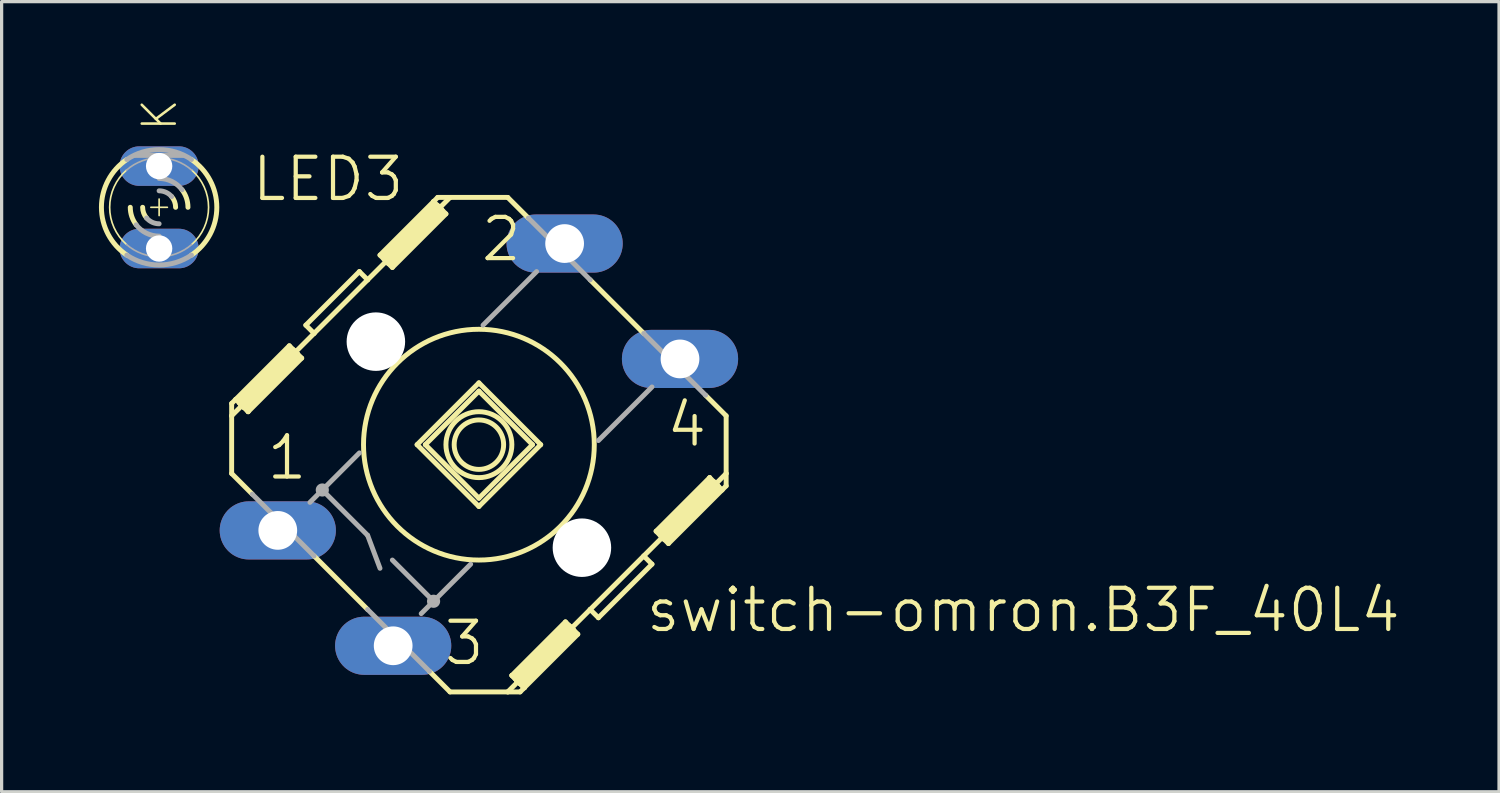
<source format=kicad_pcb>
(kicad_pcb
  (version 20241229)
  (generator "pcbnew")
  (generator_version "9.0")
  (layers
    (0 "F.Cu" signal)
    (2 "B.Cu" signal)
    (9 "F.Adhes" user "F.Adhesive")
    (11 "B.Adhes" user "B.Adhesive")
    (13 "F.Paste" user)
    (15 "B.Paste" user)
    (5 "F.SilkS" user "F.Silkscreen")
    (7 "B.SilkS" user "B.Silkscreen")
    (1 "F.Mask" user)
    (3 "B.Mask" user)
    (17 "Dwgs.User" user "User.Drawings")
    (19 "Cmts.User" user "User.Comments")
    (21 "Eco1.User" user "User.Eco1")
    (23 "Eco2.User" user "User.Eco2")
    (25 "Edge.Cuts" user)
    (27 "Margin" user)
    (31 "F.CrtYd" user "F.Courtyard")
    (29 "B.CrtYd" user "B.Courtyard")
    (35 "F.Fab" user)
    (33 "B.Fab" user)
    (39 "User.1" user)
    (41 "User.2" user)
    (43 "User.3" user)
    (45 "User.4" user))
  (footprint "switch-omron.B3F_40L4"
    (layer "F.Cu")
    (at 11.709 10.654)
    (property "Reference" "switch-omron.B3F_40L4" (at 5.08 5.842 0) (layer "F.SilkS") (effects (font (size 1.27 1.27) (thickness 0.13)) (justify left bottom)))
    (attr through_hole)
    (fp_line (start -10.109 -7.315) (end -9.601 -7.315) (stroke (width 0.051) (type default)) (layer "F.SilkS"))
    (fp_line (start -9.855 -7.061) (end -9.855 -7.569) (stroke (width 0.051) (type default)) (layer "F.SilkS"))
    (fp_line (start -7.62 -1.27) (end -7.62 -0.889) (stroke (width 0.152) (type default)) (layer "F.SilkS"))
    (fp_line (start -7.62 -0.889) (end -7.62 0.889) (stroke (width 0.152) (type default)) (layer "F.SilkS"))
    (fp_line (start -7.62 -0.889) (end -5.08 -3.429) (stroke (width 0.152) (type default)) (layer "F.SilkS"))
    (fp_line (start -7.62 0.889) (end -6.985 1.524) (stroke (width 0.152) (type default)) (layer "F.SilkS"))
    (fp_line (start -7.493 -1.397) (end -7.62 -1.27) (stroke (width 0.152) (type default)) (layer "F.SilkS"))
    (fp_line (start -7.493 -1.397) (end -7.366 -1.27) (stroke (width 0.152) (type default)) (layer "F.SilkS"))
    (fp_line (start -7.366 -1.397) (end -5.842 -2.921) (stroke (width 0.152) (type default)) (layer "F.SilkS"))
    (fp_line (start -7.366 -1.27) (end -7.366 -1.397) (stroke (width 0.152) (type default)) (layer "F.SilkS"))
    (fp_line (start -7.366 -1.27) (end -7.239 -1.143) (stroke (width 0.152) (type default)) (layer "F.SilkS"))
    (fp_line (start -7.366 -1.27) (end -5.715 -2.921) (stroke (width 0.152) (type default)) (layer "F.SilkS"))
    (fp_line (start -7.239 -1.143) (end -7.112 -1.016) (stroke (width 0.152) (type default)) (layer "F.SilkS"))
    (fp_line (start -7.112 -1.016) (end -7.112 -1.143) (stroke (width 0.152) (type default)) (layer "F.SilkS"))
    (fp_line (start -7.112 -1.016) (end -5.461 -2.667) (stroke (width 0.152) (type default)) (layer "F.SilkS"))
    (fp_line (start -5.842 -3.048) (end -7.493 -1.397) (stroke (width 0.152) (type default)) (layer "F.SilkS"))
    (fp_line (start -5.715 -2.921) (end -5.842 -3.048) (stroke (width 0.152) (type default)) (layer "F.SilkS"))
    (fp_line (start -5.588 -2.794) (end -7.239 -1.143) (stroke (width 0.152) (type default)) (layer "F.SilkS"))
    (fp_line (start -5.588 -2.794) (end -5.715 -2.921) (stroke (width 0.152) (type default)) (layer "F.SilkS"))
    (fp_line (start -5.588 -2.667) (end -7.112 -1.143) (stroke (width 0.152) (type default)) (layer "F.SilkS"))
    (fp_line (start -5.461 -2.667) (end -5.588 -2.794) (stroke (width 0.152) (type default)) (layer "F.SilkS"))
    (fp_line (start -5.08 -3.429) (end -5.334 -3.683) (stroke (width 0.152) (type default)) (layer "F.SilkS"))
    (fp_line (start -5.08 -3.429) (end -3.429 -5.08) (stroke (width 0.152) (type default)) (layer "F.SilkS"))
    (fp_line (start -5.08 3.429) (end -3.429 5.08) (stroke (width 0.152) (type default)) (layer "F.SilkS"))
    (fp_line (start -3.683 -5.334) (end -5.334 -3.683) (stroke (width 0.152) (type default)) (layer "F.SilkS"))
    (fp_line (start -3.683 -5.334) (end -3.429 -5.08) (stroke (width 0.152) (type default)) (layer "F.SilkS"))
    (fp_line (start -3.429 -5.08) (end -0.889 -7.62) (stroke (width 0.152) (type default)) (layer "F.SilkS"))
    (fp_line (start -3.048 -5.842) (end -2.921 -5.715) (stroke (width 0.152) (type default)) (layer "F.SilkS"))
    (fp_line (start -2.921 -5.842) (end -1.397 -7.366) (stroke (width 0.152) (type default)) (layer "F.SilkS"))
    (fp_line (start -2.921 -5.715) (end -2.794 -5.588) (stroke (width 0.152) (type default)) (layer "F.SilkS"))
    (fp_line (start -2.921 -5.715) (end -1.27 -7.366) (stroke (width 0.152) (type default)) (layer "F.SilkS"))
    (fp_line (start -2.794 -5.588) (end -2.667 -5.461) (stroke (width 0.152) (type default)) (layer "F.SilkS"))
    (fp_line (start -2.667 -5.461) (end -1.016 -7.112) (stroke (width 0.152) (type default)) (layer "F.SilkS"))
    (fp_line (start -1.524 6.985) (end -0.889 7.62) (stroke (width 0.152) (type default)) (layer "F.SilkS"))
    (fp_line (start -1.397 -7.493) (end -3.048 -5.842) (stroke (width 0.152) (type default)) (layer "F.SilkS"))
    (fp_line (start -1.397 -7.493) (end -1.397 -7.366) (stroke (width 0.152) (type default)) (layer "F.SilkS"))
    (fp_line (start -1.27 -7.62) (end -1.397 -7.493) (stroke (width 0.152) (type default)) (layer "F.SilkS"))
    (fp_line (start -1.27 -7.62) (end -0.889 -7.62) (stroke (width 0.152) (type default)) (layer "F.SilkS"))
    (fp_line (start -1.27 -7.366) (end -1.397 -7.493) (stroke (width 0.152) (type default)) (layer "F.SilkS"))
    (fp_line (start -1.143 -7.239) (end -2.794 -5.588) (stroke (width 0.152) (type default)) (layer "F.SilkS"))
    (fp_line (start -1.143 -7.239) (end -1.27 -7.366) (stroke (width 0.152) (type default)) (layer "F.SilkS"))
    (fp_line (start -1.143 -7.239) (end -1.143 -7.112) (stroke (width 0.152) (type default)) (layer "F.SilkS"))
    (fp_line (start -1.143 -7.112) (end -2.667 -5.588) (stroke (width 0.152) (type default)) (layer "F.SilkS"))
    (fp_line (start -1.016 -7.112) (end -1.143 -7.239) (stroke (width 0.152) (type default)) (layer "F.SilkS"))
    (fp_line (start -0.889 -7.62) (end 0.889 -7.62) (stroke (width 0.152) (type default)) (layer "F.SilkS"))
    (fp_line (start -0.889 7.62) (end 0.889 7.62) (stroke (width 0.152) (type default)) (layer "F.SilkS"))
    (fp_line (start 0 -1.905) (end -1.905 0) (stroke (width 0.152) (type default)) (layer "F.SilkS"))
    (fp_line (start 0 -1.905) (end 1.905 0) (stroke (width 0.152) (type default)) (layer "F.SilkS"))
    (fp_line (start 0 -1.651) (end -1.651 0) (stroke (width 0.152) (type default)) (layer "F.SilkS"))
    (fp_line (start 0 -1.651) (end 1.651 0) (stroke (width 0.152) (type default)) (layer "F.SilkS"))
    (fp_line (start 0 1.651) (end -1.651 0) (stroke (width 0.152) (type default)) (layer "F.SilkS"))
    (fp_line (start 0 1.651) (end 1.651 0) (stroke (width 0.152) (type default)) (layer "F.SilkS"))
    (fp_line (start 0 1.905) (end -1.905 0) (stroke (width 0.152) (type default)) (layer "F.SilkS"))
    (fp_line (start 0 1.905) (end 1.905 0) (stroke (width 0.152) (type default)) (layer "F.SilkS"))
    (fp_line (start 0.889 -7.62) (end 1.524 -6.985) (stroke (width 0.152) (type default)) (layer "F.SilkS"))
    (fp_line (start 0.889 7.62) (end 3.429 5.08) (stroke (width 0.152) (type default)) (layer "F.SilkS"))
    (fp_line (start 1.016 7.112) (end 1.143 7.239) (stroke (width 0.152) (type default)) (layer "F.SilkS"))
    (fp_line (start 1.143 7.112) (end 2.667 5.588) (stroke (width 0.152) (type default)) (layer "F.SilkS"))
    (fp_line (start 1.143 7.239) (end 1.143 7.112) (stroke (width 0.152) (type default)) (layer "F.SilkS"))
    (fp_line (start 1.143 7.239) (end 1.27 7.366) (stroke (width 0.152) (type default)) (layer "F.SilkS"))
    (fp_line (start 1.143 7.239) (end 2.794 5.588) (stroke (width 0.152) (type default)) (layer "F.SilkS"))
    (fp_line (start 1.27 7.366) (end 1.397 7.493) (stroke (width 0.152) (type default)) (layer "F.SilkS"))
    (fp_line (start 1.27 7.62) (end 0.889 7.62) (stroke (width 0.152) (type default)) (layer "F.SilkS"))
    (fp_line (start 1.27 7.62) (end 1.397 7.493) (stroke (width 0.152) (type default)) (layer "F.SilkS"))
    (fp_line (start 1.397 7.493) (end 1.016 7.112) (stroke (width 0.152) (type default)) (layer "F.SilkS"))
    (fp_line (start 1.397 7.493) (end 1.397 7.366) (stroke (width 0.152) (type default)) (layer "F.SilkS"))
    (fp_line (start 1.397 7.493) (end 3.048 5.842) (stroke (width 0.152) (type default)) (layer "F.SilkS"))
    (fp_line (start 2.667 5.461) (end 1.016 7.112) (stroke (width 0.152) (type default)) (layer "F.SilkS"))
    (fp_line (start 2.794 5.588) (end 2.667 5.461) (stroke (width 0.152) (type default)) (layer "F.SilkS"))
    (fp_line (start 2.921 5.715) (end 1.27 7.366) (stroke (width 0.152) (type default)) (layer "F.SilkS"))
    (fp_line (start 2.921 5.715) (end 2.794 5.588) (stroke (width 0.152) (type default)) (layer "F.SilkS"))
    (fp_line (start 2.921 5.842) (end 1.397 7.366) (stroke (width 0.152) (type default)) (layer "F.SilkS"))
    (fp_line (start 3.048 5.842) (end 2.921 5.715) (stroke (width 0.152) (type default)) (layer "F.SilkS"))
    (fp_line (start 3.429 -5.08) (end 5.08 -3.429) (stroke (width 0.152) (type default)) (layer "F.SilkS"))
    (fp_line (start 3.429 5.08) (end 7.62 0.889) (stroke (width 0.152) (type default)) (layer "F.SilkS"))
    (fp_line (start 3.683 5.334) (end 3.429 5.08) (stroke (width 0.152) (type default)) (layer "F.SilkS"))
    (fp_line (start 5.08 3.429) (end 5.334 3.683) (stroke (width 0.152) (type default)) (layer "F.SilkS"))
    (fp_line (start 5.334 3.683) (end 3.683 5.334) (stroke (width 0.152) (type default)) (layer "F.SilkS"))
    (fp_line (start 5.461 2.667) (end 5.588 2.794) (stroke (width 0.152) (type default)) (layer "F.SilkS"))
    (fp_line (start 5.588 2.667) (end 7.112 1.143) (stroke (width 0.152) (type default)) (layer "F.SilkS"))
    (fp_line (start 5.588 2.794) (end 5.715 2.921) (stroke (width 0.152) (type default)) (layer "F.SilkS"))
    (fp_line (start 5.588 2.794) (end 7.239 1.143) (stroke (width 0.152) (type default)) (layer "F.SilkS"))
    (fp_line (start 5.715 2.921) (end 5.842 3.048) (stroke (width 0.152) (type default)) (layer "F.SilkS"))
    (fp_line (start 5.842 3.048) (end 7.493 1.397) (stroke (width 0.152) (type default)) (layer "F.SilkS"))
    (fp_line (start 6.985 -1.524) (end 7.62 -0.889) (stroke (width 0.152) (type default)) (layer "F.SilkS"))
    (fp_line (start 7.112 1.016) (end 5.461 2.667) (stroke (width 0.152) (type default)) (layer "F.SilkS"))
    (fp_line (start 7.112 1.016) (end 7.112 1.143) (stroke (width 0.152) (type default)) (layer "F.SilkS"))
    (fp_line (start 7.239 1.143) (end 7.112 1.016) (stroke (width 0.152) (type default)) (layer "F.SilkS"))
    (fp_line (start 7.366 1.27) (end 5.715 2.921) (stroke (width 0.152) (type default)) (layer "F.SilkS"))
    (fp_line (start 7.366 1.27) (end 7.239 1.143) (stroke (width 0.152) (type default)) (layer "F.SilkS"))
    (fp_line (start 7.366 1.27) (end 7.366 1.397) (stroke (width 0.152) (type default)) (layer "F.SilkS"))
    (fp_line (start 7.366 1.397) (end 5.842 2.921) (stroke (width 0.152) (type default)) (layer "F.SilkS"))
    (fp_line (start 7.493 1.397) (end 7.366 1.27) (stroke (width 0.152) (type default)) (layer "F.SilkS"))
    (fp_line (start 7.493 1.397) (end 7.62 1.27) (stroke (width 0.152) (type default)) (layer "F.SilkS"))
    (fp_line (start 7.62 -0.889) (end 7.62 0.889) (stroke (width 0.152) (type default)) (layer "F.SilkS"))
    (fp_line (start 7.62 1.27) (end 7.62 0.889) (stroke (width 0.152) (type default)) (layer "F.SilkS"))
    (fp_arc (start -10.8632 -6.1722) (mid -11.379179 -7.3152) (end -10.8632 -8.4582) (stroke (width 0.0508) (type default)) (layer "F.SilkS"))
    (fp_arc (start -10.8507 -5.842) (mid -11.633215 -7.3152) (end -10.8507 -8.7884) (stroke (width 0.1524) (type default)) (layer "F.SilkS"))
    (fp_arc (start -10.5616 -6.7754) (mid -10.697323 -7.030273) (end -10.7442 -7.3152) (stroke (width 0.1524) (type default)) (layer "F.SilkS"))
    (fp_arc (start -10.2412 -6.985) (mid -10.331715 -7.139195) (end -10.3632 -7.3152) (stroke (width 0.1524) (type default)) (layer "F.SilkS"))
    (fp_arc (start -9.4692 -7.6454) (mid -9.378685 -7.491205) (end -9.3472 -7.3152) (stroke (width 0.1524) (type default)) (layer "F.SilkS"))
    (fp_arc (start -9.1488 -7.855) (mid -9.013077 -7.600127) (end -8.9662 -7.3152) (stroke (width 0.1524) (type default)) (layer "F.SilkS"))
    (fp_arc (start -8.8597 -8.7884) (mid -8.077185 -7.3152) (end -8.8597 -5.842) (stroke (width 0.1524) (type default)) (layer "F.SilkS"))
    (fp_arc (start -8.8472 -8.4582) (mid -8.331221 -7.3152) (end -8.8472 -6.1722) (stroke (width 0.0508) (type default)) (layer "F.SilkS"))
    (fp_circle (center 0 0) (end 0.762 0) (stroke (width 0.152) (type default)) (fill no) (layer "F.SilkS"))
    (fp_circle (center 0 0) (end 1.016 0) (stroke (width 0.152) (type default)) (fill no) (layer "F.SilkS"))
    (fp_circle (center 0 0) (end 3.556 0) (stroke (width 0.152) (type default)) (fill no) (layer "F.SilkS"))
    (fp_line (start -10.592 -8.915) (end -9.119 -8.915) (stroke (width 0.152) (type default)) (layer "F.Fab"))
    (fp_line (start -6.604 2.413) (end -5.969 3.048) (stroke (width 0.152) (type default)) (layer "F.Fab"))
    (fp_line (start -6.477 2.286) (end -6.604 2.413) (stroke (width 0.152) (type default)) (layer "F.Fab"))
    (fp_line (start -6.477 2.286) (end -6.477 2.413) (stroke (width 0.152) (type default)) (layer "F.Fab"))
    (fp_line (start -6.477 2.286) (end -5.842 2.921) (stroke (width 0.152) (type default)) (layer "F.Fab"))
    (fp_line (start -6.477 2.413) (end -5.969 2.921) (stroke (width 0.152) (type default)) (layer "F.Fab"))
    (fp_line (start -6.35 2.159) (end -6.985 1.524) (stroke (width 0.152) (type default)) (layer "F.Fab"))
    (fp_line (start -6.35 2.159) (end -6.477 2.286) (stroke (width 0.152) (type default)) (layer "F.Fab"))
    (fp_line (start -6.35 2.286) (end -5.842 2.794) (stroke (width 0.152) (type default)) (layer "F.Fab"))
    (fp_line (start -5.969 3.048) (end -5.842 2.921) (stroke (width 0.152) (type default)) (layer "F.Fab"))
    (fp_line (start -5.842 2.921) (end -5.715 2.794) (stroke (width 0.152) (type default)) (layer "F.Fab"))
    (fp_line (start -5.715 2.794) (end -6.35 2.159) (stroke (width 0.152) (type default)) (layer "F.Fab"))
    (fp_line (start -5.715 2.794) (end -5.842 2.794) (stroke (width 0.152) (type default)) (layer "F.Fab"))
    (fp_line (start -5.207 1.778) (end -4.826 1.397) (stroke (width 0.152) (type default)) (layer "F.Fab"))
    (fp_line (start -5.08 3.429) (end -5.715 2.794) (stroke (width 0.152) (type default)) (layer "F.Fab"))
    (fp_line (start -4.826 1.397) (end -3.683 0.254) (stroke (width 0.152) (type default)) (layer "F.Fab"))
    (fp_line (start -4.826 1.397) (end -3.429 2.794) (stroke (width 0.152) (type default)) (layer "F.Fab"))
    (fp_line (start -3.429 2.794) (end -3.048 3.81) (stroke (width 0.152) (type default)) (layer "F.Fab"))
    (fp_line (start -3.048 5.969) (end -2.413 6.604) (stroke (width 0.152) (type default)) (layer "F.Fab"))
    (fp_line (start -2.921 5.842) (end -3.048 5.969) (stroke (width 0.152) (type default)) (layer "F.Fab"))
    (fp_line (start -2.921 5.842) (end -2.921 5.969) (stroke (width 0.152) (type default)) (layer "F.Fab"))
    (fp_line (start -2.921 5.842) (end -2.286 6.477) (stroke (width 0.152) (type default)) (layer "F.Fab"))
    (fp_line (start -2.921 5.969) (end -2.413 6.477) (stroke (width 0.152) (type default)) (layer "F.Fab"))
    (fp_line (start -2.794 5.715) (end -3.429 5.08) (stroke (width 0.152) (type default)) (layer "F.Fab"))
    (fp_line (start -2.794 5.715) (end -2.921 5.842) (stroke (width 0.152) (type default)) (layer "F.Fab"))
    (fp_line (start -2.794 5.842) (end -2.286 6.35) (stroke (width 0.152) (type default)) (layer "F.Fab"))
    (fp_line (start -2.667 3.556) (end -1.397 4.826) (stroke (width 0.152) (type default)) (layer "F.Fab"))
    (fp_line (start -2.413 6.604) (end -2.286 6.477) (stroke (width 0.152) (type default)) (layer "F.Fab"))
    (fp_line (start -2.286 6.477) (end -2.159 6.35) (stroke (width 0.152) (type default)) (layer "F.Fab"))
    (fp_line (start -2.159 6.35) (end -2.794 5.715) (stroke (width 0.152) (type default)) (layer "F.Fab"))
    (fp_line (start -2.159 6.35) (end -2.286 6.35) (stroke (width 0.152) (type default)) (layer "F.Fab"))
    (fp_line (start -1.524 6.985) (end -2.159 6.35) (stroke (width 0.152) (type default)) (layer "F.Fab"))
    (fp_line (start -1.397 4.826) (end -1.778 5.207) (stroke (width 0.152) (type default)) (layer "F.Fab"))
    (fp_line (start -0.254 3.683) (end -1.397 4.826) (stroke (width 0.152) (type default)) (layer "F.Fab"))
    (fp_line (start 0.127 -3.683) (end 1.778 -5.334) (stroke (width 0.152) (type default)) (layer "F.Fab"))
    (fp_line (start 2.159 -6.35) (end 1.524 -6.985) (stroke (width 0.152) (type default)) (layer "F.Fab"))
    (fp_line (start 2.159 -6.35) (end 2.286 -6.35) (stroke (width 0.152) (type default)) (layer "F.Fab"))
    (fp_line (start 2.286 -6.477) (end 2.159 -6.35) (stroke (width 0.152) (type default)) (layer "F.Fab"))
    (fp_line (start 2.413 -6.604) (end 2.286 -6.477) (stroke (width 0.152) (type default)) (layer "F.Fab"))
    (fp_line (start 2.794 -5.842) (end 2.286 -6.35) (stroke (width 0.152) (type default)) (layer "F.Fab"))
    (fp_line (start 2.794 -5.715) (end 2.159 -6.35) (stroke (width 0.152) (type default)) (layer "F.Fab"))
    (fp_line (start 2.794 -5.715) (end 2.921 -5.842) (stroke (width 0.152) (type default)) (layer "F.Fab"))
    (fp_line (start 2.794 -5.715) (end 3.429 -5.08) (stroke (width 0.152) (type default)) (layer "F.Fab"))
    (fp_line (start 2.921 -5.969) (end 2.413 -6.477) (stroke (width 0.152) (type default)) (layer "F.Fab"))
    (fp_line (start 2.921 -5.842) (end 2.286 -6.477) (stroke (width 0.152) (type default)) (layer "F.Fab"))
    (fp_line (start 2.921 -5.842) (end 2.921 -5.969) (stroke (width 0.152) (type default)) (layer "F.Fab"))
    (fp_line (start 2.921 -5.842) (end 3.048 -5.969) (stroke (width 0.152) (type default)) (layer "F.Fab"))
    (fp_line (start 3.048 -5.969) (end 2.413 -6.604) (stroke (width 0.152) (type default)) (layer "F.Fab"))
    (fp_line (start 5.334 -1.778) (end 3.683 -0.127) (stroke (width 0.152) (type default)) (layer "F.Fab"))
    (fp_line (start 5.715 -2.794) (end 5.842 -2.794) (stroke (width 0.152) (type default)) (layer "F.Fab"))
    (fp_line (start 5.715 -2.794) (end 6.35 -2.159) (stroke (width 0.152) (type default)) (layer "F.Fab"))
    (fp_line (start 5.842 -2.921) (end 5.715 -2.794) (stroke (width 0.152) (type default)) (layer "F.Fab"))
    (fp_line (start 5.969 -3.048) (end 5.842 -2.921) (stroke (width 0.152) (type default)) (layer "F.Fab"))
    (fp_line (start 6.35 -2.286) (end 5.842 -2.794) (stroke (width 0.152) (type default)) (layer "F.Fab"))
    (fp_line (start 6.35 -2.159) (end 5.08 -3.429) (stroke (width 0.152) (type default)) (layer "F.Fab"))
    (fp_line (start 6.35 -2.159) (end 6.477 -2.286) (stroke (width 0.152) (type default)) (layer "F.Fab"))
    (fp_line (start 6.35 -2.159) (end 6.985 -1.524) (stroke (width 0.152) (type default)) (layer "F.Fab"))
    (fp_line (start 6.477 -2.413) (end 5.969 -2.921) (stroke (width 0.152) (type default)) (layer "F.Fab"))
    (fp_line (start 6.477 -2.286) (end 5.842 -2.921) (stroke (width 0.152) (type default)) (layer "F.Fab"))
    (fp_line (start 6.477 -2.286) (end 6.477 -2.413) (stroke (width 0.152) (type default)) (layer "F.Fab"))
    (fp_line (start 6.477 -2.286) (end 6.604 -2.413) (stroke (width 0.152) (type default)) (layer "F.Fab"))
    (fp_line (start 6.604 -2.413) (end 5.969 -3.048) (stroke (width 0.152) (type default)) (layer "F.Fab"))
    (fp_arc (start -10.8632 -8.4582) (mid -9.8552 -8.839179) (end -8.8472 -8.4582) (stroke (width 0.0508) (type default)) (layer "F.Fab"))
    (fp_arc (start -10.8507 -8.7884) (mid -9.8552 -9.093215) (end -8.8597 -8.7884) (stroke (width 0.1524) (type default)) (layer "F.Fab"))
    (fp_arc (start -9.8552 -8.2042) (mid -9.461196 -8.112143) (end -9.1488 -7.855) (stroke (width 0.1524) (type default)) (layer "F.Fab"))
    (fp_arc (start -9.8552 -7.8232) (mid -9.642714 -7.776604) (end -9.4692 -7.6454) (stroke (width 0.1524) (type default)) (layer "F.Fab"))
    (fp_arc (start -9.8552 -6.8072) (mid -10.067686 -6.853796) (end -10.2412 -6.985) (stroke (width 0.1524) (type default)) (layer "F.Fab"))
    (fp_arc (start -9.8552 -6.4262) (mid -10.249204 -6.518257) (end -10.5616 -6.7754) (stroke (width 0.1524) (type default)) (layer "F.Fab"))
    (fp_arc (start -8.8597 -5.842) (mid -9.8552 -5.537185) (end -10.8507 -5.842) (stroke (width 0.1524) (type default)) (layer "F.Fab"))
    (fp_arc (start -8.8472 -6.1722) (mid -9.8552 -5.791221) (end -10.8632 -6.1722) (stroke (width 0.0508) (type default)) (layer "F.Fab"))
    (fp_circle (center -4.826 1.397) (end -4.699 1.397) (stroke (width 0.152) (type default)) (fill no) (layer "F.Fab"))
    (fp_circle (center -1.397 4.826) (end -1.27 4.826) (stroke (width 0.152) (type default)) (fill no) (layer "F.Fab"))
    (fp_text user "1" (at -6.604 1.143 0) (layer "F.SilkS") (effects (font (size 1.27 1.27) (thickness 0.13)) (justify left bottom)))
    (fp_text user "2" (at 0 -5.588 0) (layer "F.SilkS") (effects (font (size 1.27 1.27) (thickness 0.13)) (justify left bottom)))
    (fp_text user "3" (at -1.143 6.858 0) (layer "F.SilkS") (effects (font (size 1.27 1.27) (thickness 0.13)) (justify left bottom)))
    (fp_text user "K" (at -9.246 -9.601 90) (layer "F.SilkS") (effects (font (size 1.016 1.016) (thickness 0.08)) (justify left bottom)))
    (fp_text user "LED3" (at -7.061 -7.442 0) (layer "F.SilkS") (effects (font (size 1.27 1.27) (thickness 0.13)) (justify left bottom)))
    (fp_text user "4" (at 5.715 0.127 0) (layer "F.SilkS") (effects (font (size 1.27 1.27) (thickness 0.13)) (justify left bottom)))
    (pad "" np_thru_hole circle (at -3.175 -3.175) (size 1.803 1.803) (drill 1.803) (layers "*.Cu" "*.Mask"))
    (pad "" np_thru_hole circle (at 3.175 3.175) (size 1.803 1.803) (drill 1.803) (layers "*.Cu" "*.Mask"))
    (pad "1" thru_hole oval (at -6.198 2.642) (size 3.581 1.791) (drill 1.194) (layers "*.Cu" "*.Mask"))
    (pad "2" thru_hole oval (at 2.642 -6.198) (size 3.581 1.791) (drill 1.194) (layers "*.Cu" "*.Mask"))
    (pad "3" thru_hole oval (at -2.642 6.198) (size 3.581 1.791) (drill 1.194) (layers "*.Cu" "*.Mask"))
    (pad "4" thru_hole oval (at 6.198 -2.642) (size 3.581 1.791) (drill 1.194) (layers "*.Cu" "*.Mask"))
    (pad "A" thru_hole oval (at -9.855 -6.045) (size 2.438 1.219) (drill 0.813) (layers "*.Cu" "*.Mask"))
    (pad "K" thru_hole oval (at -9.855 -8.585) (size 2.438 1.219) (drill 0.813) (layers "*.Cu" "*.Mask")))
  (gr_rect
    (start -3 -3)
    (end 43.148 21.35)
    (stroke (width 0.1) (type default))
    (fill no)
    (layer "Edge.Cuts")))
</source>
